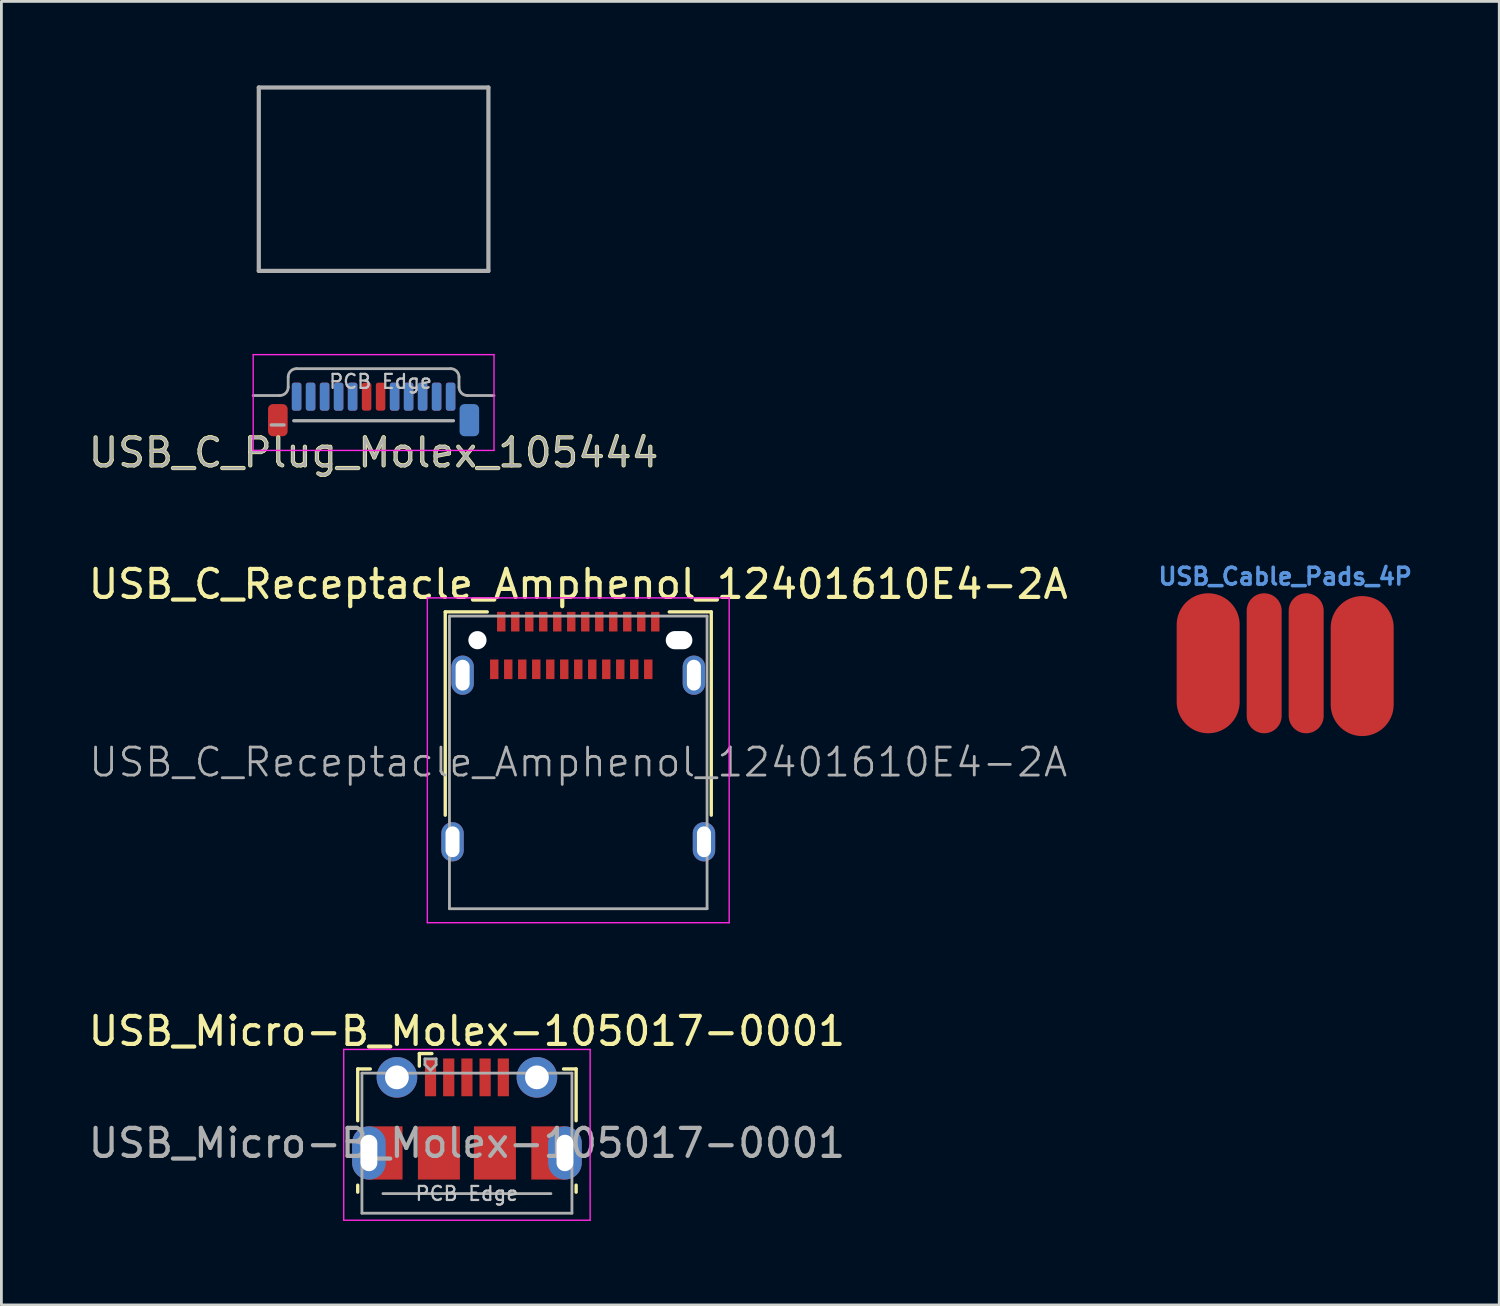
<source format=kicad_pcb>
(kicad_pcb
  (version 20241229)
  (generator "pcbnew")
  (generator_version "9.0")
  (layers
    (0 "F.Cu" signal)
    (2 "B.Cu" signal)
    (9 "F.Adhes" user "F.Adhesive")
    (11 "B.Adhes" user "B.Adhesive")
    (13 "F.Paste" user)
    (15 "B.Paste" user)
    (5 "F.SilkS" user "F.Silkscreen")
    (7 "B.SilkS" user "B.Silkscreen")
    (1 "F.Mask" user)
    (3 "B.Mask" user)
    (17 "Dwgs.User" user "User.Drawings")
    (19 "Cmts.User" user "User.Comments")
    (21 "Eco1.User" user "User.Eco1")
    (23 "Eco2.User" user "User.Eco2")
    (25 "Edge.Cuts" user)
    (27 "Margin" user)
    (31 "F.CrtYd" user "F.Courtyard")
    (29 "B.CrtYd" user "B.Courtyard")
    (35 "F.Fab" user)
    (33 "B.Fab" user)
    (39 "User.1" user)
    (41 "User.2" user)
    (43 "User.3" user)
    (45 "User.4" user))
  (footprint "USB_Cable_Pads_4P"
    (layer "F.Cu")
    (at 42.847 20.637)
    (property "Reference" "USB_Cable_Pads_4P" (at 0 -3.1 0) (layer "Cmts.User") (effects (font (size 0.6 0.6) (thickness 0.127))))
    (attr exclude_from_pos_files exclude_from_bom)
    (pad "1" connect oval (at -2.75 0) (size 2.25 5) (layers "F.Cu" "F.Mask"))
    (pad "2" connect oval (at -0.75 0) (size 1.25 5) (layers "F.Cu" "F.Mask"))
    (pad "3" connect oval (at 0.75 0) (size 1.25 5) (layers "F.Cu" "F.Mask"))
    (pad "4" connect oval (at 2.75 0.1) (size 2.25 5) (layers "F.Cu" "F.Mask")))
  (footprint "USB_C_Plug_Molex_105444"
    (layer "F.Cu")
    (at 10.292 11.075)
    (property "Reference" "USB_C_Plug_Molex_105444" (at 0 2.04 0) (layer "F.SilkS") (effects (font (size 1 1) (thickness 0.15))))
    (attr smd)
    (fp_line (start -4.3 1.96) (end -4.3 -1.46) (stroke (width 0.05) (type solid)) (layer "F.CrtYd"))
    (fp_line (start 4.3 -1.46) (end -4.3 -1.46) (stroke (width 0.05) (type solid)) (layer "F.CrtYd"))
    (fp_line (start 4.3 1.96) (end -4.3 1.96) (stroke (width 0.05) (type solid)) (layer "F.CrtYd"))
    (fp_line (start 4.3 1.96) (end 4.3 -1.46) (stroke (width 0.05) (type solid)) (layer "F.CrtYd"))
    (fp_line (start -4.1 -11) (end -4.1 -4.45) (stroke (width 0.15) (type solid)) (layer "F.Fab"))
    (fp_line (start -4.1 -11) (end 4.1 -11) (stroke (width 0.15) (type solid)) (layer "F.Fab"))
    (fp_line (start -4.1 -4.45) (end 4.1 -4.45) (stroke (width 0.15) (type solid)) (layer "F.Fab"))
    (fp_line (start -3.65 1.05) (end -3.2 1.05) (stroke (width 0.12) (type solid)) (layer "F.Fab"))
    (fp_line (start -3.35 0) (end -4.3 0) (stroke (width 0.1) (type solid)) (layer "F.Fab"))
    (fp_line (start -3.05 -0.66) (end -3.05 -0.3) (stroke (width 0.1) (type solid)) (layer "F.Fab"))
    (fp_line (start -2.85 0.9) (end 2.85 0.9) (stroke (width 0.12) (type solid)) (layer "F.Fab"))
    (fp_line (start -2.75 -0.96) (end 2.75 -0.96) (stroke (width 0.1) (type solid)) (layer "F.Fab"))
    (fp_line (start 3.05 -0.66) (end 3.05 -0.3) (stroke (width 0.1) (type solid)) (layer "F.Fab"))
    (fp_line (start 3.35 0) (end 4.3 0) (stroke (width 0.1) (type solid)) (layer "F.Fab"))
    (fp_line (start 4.1 -11) (end 4.1 -4.45) (stroke (width 0.15) (type solid)) (layer "F.Fab"))
    (fp_arc (start -3.05 -0.66) (mid -2.962132 -0.872132) (end -2.75 -0.96) (stroke (width 0.1) (type solid)) (layer "F.Fab"))
    (fp_arc (start -3.05 -0.3) (mid -3.137868 -0.087868) (end -3.35 0) (stroke (width 0.1) (type solid)) (layer "F.Fab"))
    (fp_arc (start 2.75 -0.96) (mid 2.962132 -0.872132) (end 3.05 -0.66) (stroke (width 0.1) (type solid)) (layer "F.Fab"))
    (fp_arc (start 3.35 0) (mid 3.137868 -0.087868) (end 3.05 -0.3) (stroke (width 0.1) (type solid)) (layer "F.Fab"))
    (fp_text user "PCB Edge" (at 0.25 -0.5 0) (layer "Dwgs.User") (effects (font (size 0.5 0.5) (thickness 0.08))))
    (fp_text user "${REFERENCE}" (at 0 2.04 0) (layer "F.Fab") (effects (font (size 1 1) (thickness 0.1))))
    (pad "A1" smd roundrect (at -2.75 0.04) (size 0.34 1) (layers "F.Cu" "F.Mask" "F.Paste") (roundrect_rratio 0.25))
    (pad "A2" smd roundrect (at -2.25 0.04) (size 0.34 1) (layers "F.Cu" "F.Mask" "F.Paste") (roundrect_rratio 0.25))
    (pad "A3" smd roundrect (at -1.75 0.04) (size 0.34 1) (layers "F.Cu" "F.Mask" "F.Paste") (roundrect_rratio 0.25))
    (pad "A4" smd roundrect (at -1.25 0.04) (size 0.34 1) (layers "F.Cu" "F.Mask" "F.Paste") (roundrect_rratio 0.25))
    (pad "A5" smd roundrect (at -0.75 0.04) (size 0.34 1) (layers "F.Cu" "F.Mask" "F.Paste") (roundrect_rratio 0.25))
    (pad "A6" smd roundrect (at -0.25 0.04) (size 0.34 1) (layers "F.Cu" "F.Mask" "F.Paste") (roundrect_rratio 0.25))
    (pad "A7" smd roundrect (at 0.25 0.04) (size 0.34 1) (layers "F.Cu" "F.Mask" "F.Paste") (roundrect_rratio 0.25))
    (pad "A8" smd roundrect (at 0.75 0.04) (size 0.34 1) (layers "F.Cu" "F.Mask" "F.Paste") (roundrect_rratio 0.25))
    (pad "A9" smd roundrect (at 1.25 0.04) (size 0.34 1) (layers "F.Cu" "F.Mask" "F.Paste") (roundrect_rratio 0.25))
    (pad "A10" smd roundrect (at 1.75 0.04) (size 0.34 1) (layers "F.Cu" "F.Mask" "F.Paste") (roundrect_rratio 0.25))
    (pad "A11" smd roundrect (at 2.25 0.04) (size 0.34 1) (layers "F.Cu" "F.Mask" "F.Paste") (roundrect_rratio 0.25))
    (pad "A12" smd roundrect (at 2.75 0.04) (size 0.34 1) (layers "F.Cu" "F.Mask" "F.Paste") (roundrect_rratio 0.25))
    (pad "B1" smd roundrect (at 2.75 0.04) (size 0.34 1) (layers "B.Cu" "B.Mask" "B.Paste") (roundrect_rratio 0.25))
    (pad "B2" smd roundrect (at 2.25 0.04) (size 0.34 1) (layers "B.Cu" "B.Mask" "B.Paste") (roundrect_rratio 0.25))
    (pad "B3" smd roundrect (at 1.75 0.04) (size 0.34 1) (layers "B.Cu" "B.Mask" "B.Paste") (roundrect_rratio 0.25))
    (pad "B4" smd roundrect (at 1.25 0.04) (size 0.34 1) (layers "B.Cu" "B.Mask" "B.Paste") (roundrect_rratio 0.25))
    (pad "B5" smd roundrect (at 0.75 0.04) (size 0.34 1) (layers "B.Cu" "B.Mask" "B.Paste") (roundrect_rratio 0.25))
    (pad "B8" smd roundrect (at -0.75 0.04) (size 0.34 1) (layers "B.Cu" "B.Mask" "B.Paste") (roundrect_rratio 0.25))
    (pad "B9" smd roundrect (at -1.25 0.04) (size 0.34 1) (layers "B.Cu" "B.Mask" "B.Paste") (roundrect_rratio 0.25))
    (pad "B10" smd roundrect (at -1.75 0.04) (size 0.34 1) (layers "B.Cu" "B.Mask" "B.Paste") (roundrect_rratio 0.25))
    (pad "B11" smd roundrect (at -2.25 0.04) (size 0.34 1) (layers "B.Cu" "B.Mask" "B.Paste") (roundrect_rratio 0.25))
    (pad "B12" smd roundrect (at -2.75 0.04) (size 0.34 1) (layers "B.Cu" "B.Mask" "B.Paste") (roundrect_rratio 0.25))
    (pad "S1" smd roundrect (at -3.42 0.88) (size 0.7 1.15) (layers "F.Cu" "F.Mask" "F.Paste") (roundrect_rratio 0.25))
    (pad "S1" smd roundrect (at 3.42 0.88) (size 0.7 1.15) (layers "B.Cu" "B.Mask" "B.Paste") (roundrect_rratio 0.25)))
  (footprint "USB_C_Receptacle_Amphenol_12401610E4-2A"
    (layer "F.Cu")
    (at 17.601 24.172)
    (property "Reference" "USB_C_Receptacle_Amphenol_12401610E4-2A" (at 0 -6.36 0) (layer "F.SilkS") (effects (font (size 1 1) (thickness 0.15))))
    (attr smd)
    (fp_line (start -4.75 -5.37) (end -4.75 1.89) (stroke (width 0.12) (type solid)) (layer "F.SilkS"))
    (fp_line (start -4.75 -5.37) (end -3.25 -5.37) (stroke (width 0.12) (type solid)) (layer "F.SilkS"))
    (fp_line (start 3.25 -5.37) (end 4.75 -5.37) (stroke (width 0.12) (type solid)) (layer "F.SilkS"))
    (fp_line (start 4.75 -5.37) (end 4.75 1.89) (stroke (width 0.12) (type solid)) (layer "F.SilkS"))
    (fp_line (start -5.39 -5.87) (end 5.39 -5.87) (stroke (width 0.05) (type solid)) (layer "F.CrtYd"))
    (fp_line (start -5.39 5.73) (end -5.39 -5.87) (stroke (width 0.05) (type solid)) (layer "F.CrtYd"))
    (fp_line (start 5.39 -5.87) (end 5.39 5.73) (stroke (width 0.05) (type solid)) (layer "F.CrtYd"))
    (fp_line (start 5.39 5.73) (end -5.39 5.73) (stroke (width 0.05) (type solid)) (layer "F.CrtYd"))
    (fp_line (start -4.6 -5.22) (end 4.6 -5.22) (stroke (width 0.1) (type solid)) (layer "F.Fab"))
    (fp_line (start -4.6 5.23) (end -4.6 -5.22) (stroke (width 0.1) (type solid)) (layer "F.Fab"))
    (fp_line (start -4.6 5.23) (end 4.6 5.23) (stroke (width 0.1) (type solid)) (layer "F.Fab"))
    (fp_line (start 4.6 5.23) (end 4.6 -5.22) (stroke (width 0.1) (type solid)) (layer "F.Fab"))
    (fp_text user "${REFERENCE}" (at 0 0 0) (layer "F.Fab") (effects (font (size 1 1) (thickness 0.1))))
    (pad "" np_thru_hole circle (at -3.6 -4.36) (size 0.65 0.65) (drill 0.65) (layers "*.Cu" "*.Mask"))
    (pad "" np_thru_hole oval (at 3.6 -4.36) (size 0.95 0.65) (drill oval 0.95 0.65) (layers "*.Cu" "*.Mask"))
    (pad "A1" smd rect (at -2.75 -5.02) (size 0.3 0.7) (layers "F.Cu" "F.Mask" "F.Paste"))
    (pad "A2" smd rect (at -2.25 -5.02) (size 0.3 0.7) (layers "F.Cu" "F.Mask" "F.Paste"))
    (pad "A3" smd rect (at -1.75 -5.02) (size 0.3 0.7) (layers "F.Cu" "F.Mask" "F.Paste"))
    (pad "A4" smd rect (at -1.25 -5.02) (size 0.3 0.7) (layers "F.Cu" "F.Mask" "F.Paste"))
    (pad "A5" smd rect (at -0.75 -5.02) (size 0.3 0.7) (layers "F.Cu" "F.Mask" "F.Paste"))
    (pad "A6" smd rect (at -0.25 -5.02) (size 0.3 0.7) (layers "F.Cu" "F.Mask" "F.Paste"))
    (pad "A7" smd rect (at 0.25 -5.02) (size 0.3 0.7) (layers "F.Cu" "F.Mask" "F.Paste"))
    (pad "A8" smd rect (at 0.75 -5.02) (size 0.3 0.7) (layers "F.Cu" "F.Mask" "F.Paste"))
    (pad "A9" smd rect (at 1.25 -5.02) (size 0.3 0.7) (layers "F.Cu" "F.Mask" "F.Paste"))
    (pad "A10" smd rect (at 1.75 -5.02) (size 0.3 0.7) (layers "F.Cu" "F.Mask" "F.Paste"))
    (pad "A11" smd rect (at 2.25 -5.02) (size 0.3 0.7) (layers "F.Cu" "F.Mask" "F.Paste"))
    (pad "A12" smd rect (at 2.75 -5.02) (size 0.3 0.7) (layers "F.Cu" "F.Mask" "F.Paste"))
    (pad "B1" smd rect (at 2.5 -3.32) (size 0.3 0.7) (layers "F.Cu" "F.Mask" "F.Paste"))
    (pad "B2" smd rect (at 2 -3.32) (size 0.3 0.7) (layers "F.Cu" "F.Mask" "F.Paste"))
    (pad "B3" smd rect (at 1.5 -3.32) (size 0.3 0.7) (layers "F.Cu" "F.Mask" "F.Paste"))
    (pad "B4" smd rect (at 1 -3.32) (size 0.3 0.7) (layers "F.Cu" "F.Mask" "F.Paste"))
    (pad "B5" smd rect (at 0.5 -3.32) (size 0.3 0.7) (layers "F.Cu" "F.Mask" "F.Paste"))
    (pad "B6" smd rect (at 0 -3.32) (size 0.3 0.7) (layers "F.Cu" "F.Mask" "F.Paste"))
    (pad "B7" smd rect (at -0.5 -3.32) (size 0.3 0.7) (layers "F.Cu" "F.Mask" "F.Paste"))
    (pad "B8" smd rect (at -1 -3.32) (size 0.3 0.7) (layers "F.Cu" "F.Mask" "F.Paste"))
    (pad "B9" smd rect (at -1.5 -3.32) (size 0.3 0.7) (layers "F.Cu" "F.Mask" "F.Paste"))
    (pad "B10" smd rect (at -2 -3.32) (size 0.3 0.7) (layers "F.Cu" "F.Mask" "F.Paste"))
    (pad "B11" smd rect (at -2.5 -3.32) (size 0.3 0.7) (layers "F.Cu" "F.Mask" "F.Paste"))
    (pad "B12" smd rect (at -3 -3.32) (size 0.3 0.7) (layers "F.Cu" "F.Mask" "F.Paste"))
    (pad "S1" thru_hole oval (at -4.49 2.84) (size 0.8 1.4) (drill oval 0.5 1.1) (layers "*.Cu" "*.Mask"))
    (pad "S1" thru_hole oval (at -4.13 -3.11) (size 0.8 1.4) (drill oval 0.5 1.1) (layers "*.Cu" "*.Mask"))
    (pad "S1" thru_hole oval (at 4.13 -3.11) (size 0.8 1.4) (drill oval 0.5 1.1) (layers "*.Cu" "*.Mask"))
    (pad "S1" thru_hole oval (at 4.49 2.84) (size 0.8 1.4) (drill oval 0.5 1.1) (layers "*.Cu" "*.Mask")))
  (footprint "USB_Micro-B_Molex-105017-0001"
    (layer "F.Cu")
    (at 13.625 36.887)
    (property "Reference" "USB_Micro-B_Molex-105017-0001" (at 0 -3.112 0) (layer "F.SilkS") (effects (font (size 1 1) (thickness 0.15))))
    (attr smd)
    (fp_line (start -3.9 -1.762) (end -3.45 -1.762) (stroke (width 0.12) (type solid)) (layer "F.SilkS"))
    (fp_line (start -3.9 0.087) (end -3.9 -1.762) (stroke (width 0.12) (type solid)) (layer "F.SilkS"))
    (fp_line (start -3.9 2.638) (end -3.9 2.388) (stroke (width 0.12) (type solid)) (layer "F.SilkS"))
    (fp_line (start -1.7 -2.312) (end -1.7 -1.863) (stroke (width 0.12) (type solid)) (layer "F.SilkS"))
    (fp_line (start -1.7 -2.312) (end -1.25 -2.312) (stroke (width 0.12) (type solid)) (layer "F.SilkS"))
    (fp_line (start 3.9 -1.762) (end 3.45 -1.762) (stroke (width 0.12) (type solid)) (layer "F.SilkS"))
    (fp_line (start 3.9 0.087) (end 3.9 -1.762) (stroke (width 0.12) (type solid)) (layer "F.SilkS"))
    (fp_line (start 3.9 2.638) (end 3.9 2.388) (stroke (width 0.12) (type solid)) (layer "F.SilkS"))
    (fp_line (start -4.4 -2.46) (end 4.4 -2.46) (stroke (width 0.05) (type solid)) (layer "F.CrtYd"))
    (fp_line (start -4.4 3.64) (end -4.4 -2.46) (stroke (width 0.05) (type solid)) (layer "F.CrtYd"))
    (fp_line (start -4.4 3.64) (end 4.4 3.64) (stroke (width 0.05) (type solid)) (layer "F.CrtYd"))
    (fp_line (start 4.4 -2.46) (end 4.4 3.64) (stroke (width 0.05) (type solid)) (layer "F.CrtYd"))
    (fp_line (start -3.75 -1.613) (end 3.75 -1.613) (stroke (width 0.1) (type solid)) (layer "F.Fab"))
    (fp_line (start -3.75 3.388) (end -3.75 -1.613) (stroke (width 0.1) (type solid)) (layer "F.Fab"))
    (fp_line (start -3.75 3.389) (end 3.75 3.389) (stroke (width 0.1) (type solid)) (layer "F.Fab"))
    (fp_line (start -3 2.689) (end 3 2.689) (stroke (width 0.1) (type solid)) (layer "F.Fab"))
    (fp_line (start -1.5 -2.123) (end -1.5 -1.913) (stroke (width 0.1) (type solid)) (layer "F.Fab"))
    (fp_line (start -1.5 -2.123) (end -1.1 -2.123) (stroke (width 0.1) (type solid)) (layer "F.Fab"))
    (fp_line (start -1.3 -1.712) (end -1.5 -1.913) (stroke (width 0.1) (type solid)) (layer "F.Fab"))
    (fp_line (start -1.1 -2.123) (end -1.1 -1.913) (stroke (width 0.1) (type solid)) (layer "F.Fab"))
    (fp_line (start -1.1 -1.913) (end -1.3 -1.712) (stroke (width 0.1) (type solid)) (layer "F.Fab"))
    (fp_line (start 3.75 3.388) (end 3.75 -1.613) (stroke (width 0.1) (type solid)) (layer "F.Fab"))
    (fp_text user "PCB Edge" (at 0 2.688 0) (layer "Dwgs.User") (effects (font (size 0.5 0.5) (thickness 0.08))))
    (fp_text user "${REFERENCE}" (at 0 0.887 0) (layer "F.Fab") (effects (font (size 1 1) (thickness 0.15))))
    (pad "1" smd rect (at -1.3 -1.462) (size 0.4 1.35) (layers "F.Cu" "F.Mask" "F.Paste"))
    (pad "2" smd rect (at -0.65 -1.462) (size 0.4 1.35) (layers "F.Cu" "F.Mask" "F.Paste"))
    (pad "3" smd rect (at 0 -1.462) (size 0.4 1.35) (layers "F.Cu" "F.Mask" "F.Paste"))
    (pad "4" smd rect (at 0.65 -1.462) (size 0.4 1.35) (layers "F.Cu" "F.Mask" "F.Paste"))
    (pad "5" smd rect (at 1.3 -1.462) (size 0.4 1.35) (layers "F.Cu" "F.Mask" "F.Paste"))
    (pad "6" thru_hole oval (at -3.5 1.238 180) (size 1.2 1.9) (drill oval 0.6 1.3) (layers "*.Cu" "*.Mask"))
    (pad "6" smd rect (at -2.9 1.238) (size 1.2 1.9) (layers "F.Cu" "F.Mask"))
    (pad "6" thru_hole circle (at -2.5 -1.462) (size 1.45 1.45) (drill 0.85) (layers "*.Cu" "*.Mask"))
    (pad "6" smd rect (at -1 1.238) (size 1.5 1.9) (layers "F.Cu" "F.Mask" "F.Paste"))
    (pad "6" smd rect (at 1 1.238) (size 1.5 1.9) (layers "F.Cu" "F.Mask" "F.Paste"))
    (pad "6" thru_hole circle (at 2.5 -1.462) (size 1.45 1.45) (drill 0.85) (layers "*.Cu" "*.Mask"))
    (pad "6" smd rect (at 2.9 1.238) (size 1.2 1.9) (layers "F.Cu" "F.Mask"))
    (pad "6" thru_hole oval (at 3.5 1.238) (size 1.2 1.9) (drill oval 0.6 1.3) (layers "*.Cu" "*.Mask")))
  (gr_rect
    (start -3 -3)
    (end 50.492 43.552)
    (stroke (width 0.1) (type default))
    (fill no)
    (layer "Edge.Cuts")))
</source>
